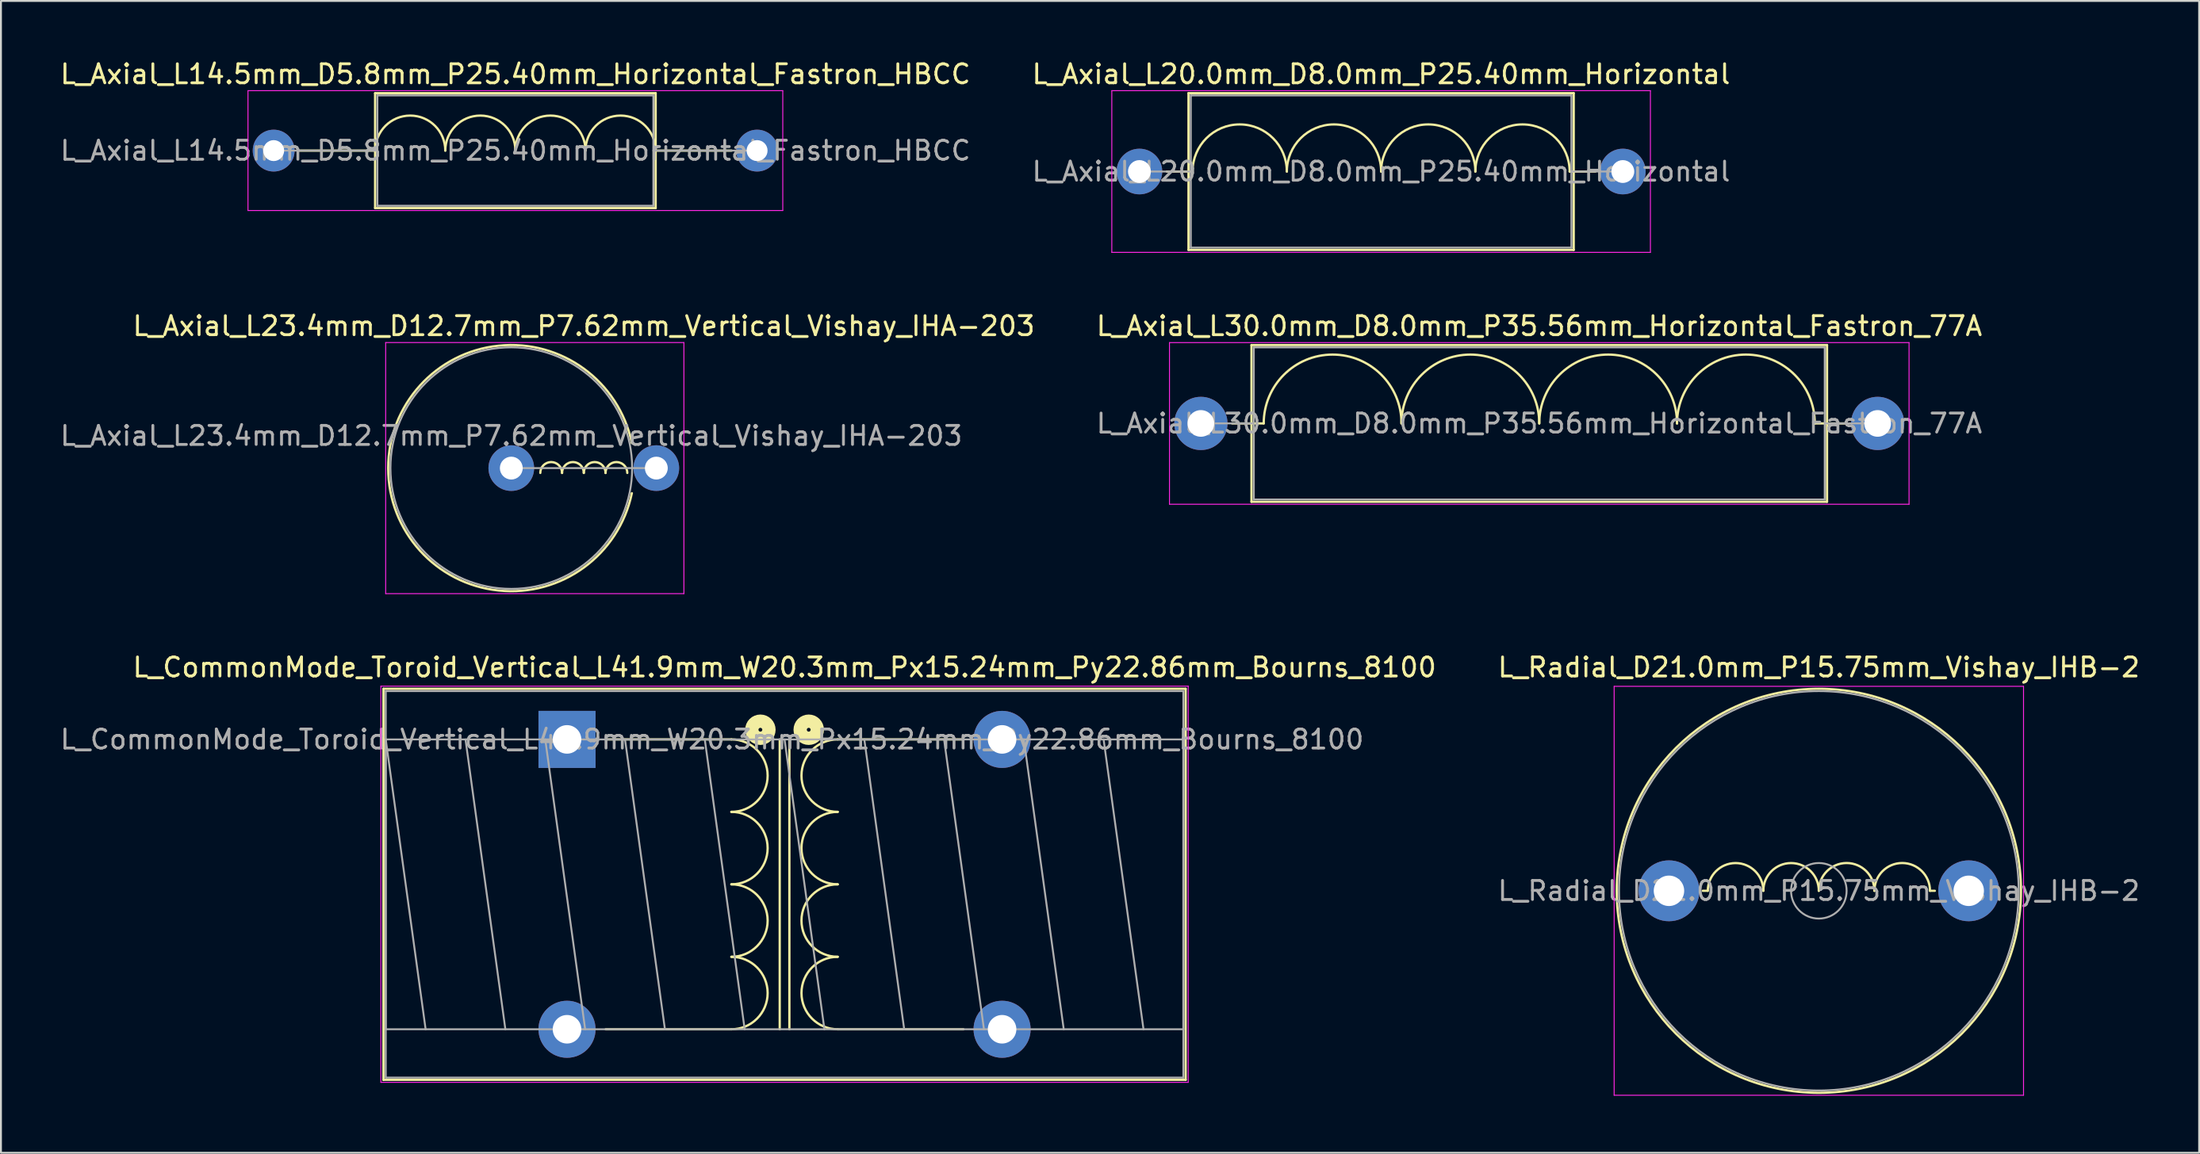
<source format=kicad_pcb>
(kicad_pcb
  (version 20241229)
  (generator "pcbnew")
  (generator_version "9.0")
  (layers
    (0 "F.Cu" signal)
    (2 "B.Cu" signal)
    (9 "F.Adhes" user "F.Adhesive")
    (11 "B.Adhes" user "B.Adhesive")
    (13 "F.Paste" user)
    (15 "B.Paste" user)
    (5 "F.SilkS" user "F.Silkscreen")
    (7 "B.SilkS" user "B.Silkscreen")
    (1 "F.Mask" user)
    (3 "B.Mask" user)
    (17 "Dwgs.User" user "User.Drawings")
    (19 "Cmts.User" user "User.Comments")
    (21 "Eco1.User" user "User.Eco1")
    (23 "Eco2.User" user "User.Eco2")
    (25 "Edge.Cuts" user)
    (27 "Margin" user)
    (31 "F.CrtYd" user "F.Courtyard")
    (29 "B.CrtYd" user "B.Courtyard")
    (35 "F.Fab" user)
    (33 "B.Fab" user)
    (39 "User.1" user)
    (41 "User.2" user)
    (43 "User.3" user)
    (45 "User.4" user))
  (footprint "L_Axial_L30.0mm_D8.0mm_P35.56mm_Horizontal_Fastron_77A"
    (layer "F.Cu")
    (at 60.048 19.212)
    (property "Reference" "L_Axial_L30.0mm_D8.0mm_P35.56mm_Horizontal_Fastron_77A" (at 17.78 -5.12 0) (layer "F.SilkS") (effects (font (size 1 1) (thickness 0.15))))
    (attr through_hole)
    (fp_line (start 1.64 0) (end 2.66 0) (stroke (width 0.12) (type solid)) (layer "F.SilkS"))
    (fp_line (start 2.66 -4.12) (end 2.66 4.12) (stroke (width 0.12) (type solid)) (layer "F.SilkS"))
    (fp_line (start 2.66 4.12) (end 32.9 4.12) (stroke (width 0.12) (type solid)) (layer "F.SilkS"))
    (fp_line (start 3.302 0) (end 2.685 0) (stroke (width 0.12) (type solid)) (layer "F.SilkS"))
    (fp_line (start 32.258 0) (end 32.893 0) (stroke (width 0.12) (type solid)) (layer "F.SilkS"))
    (fp_line (start 32.9 -4.12) (end 2.66 -4.12) (stroke (width 0.12) (type solid)) (layer "F.SilkS"))
    (fp_line (start 32.9 4.12) (end 32.9 -4.12) (stroke (width 0.12) (type solid)) (layer "F.SilkS"))
    (fp_line (start 33.92 0) (end 32.9 0) (stroke (width 0.12) (type solid)) (layer "F.SilkS"))
    (fp_arc (start 3.302 0) (mid 6.9215 -3.6195) (end 10.541 0) (stroke (width 0.12) (type solid)) (layer "F.SilkS"))
    (fp_arc (start 10.541 0) (mid 14.1605 -3.6195) (end 17.78 0) (stroke (width 0.12) (type solid)) (layer "F.SilkS"))
    (fp_arc (start 17.78 0) (mid 21.3995 -3.6195) (end 25.019 0) (stroke (width 0.12) (type solid)) (layer "F.SilkS"))
    (fp_arc (start 25.019 0) (mid 28.6385 -3.6195) (end 32.258 0) (stroke (width 0.12) (type solid)) (layer "F.SilkS"))
    (fp_line (start -1.65 -4.25) (end -1.65 4.25) (stroke (width 0.05) (type solid)) (layer "F.CrtYd"))
    (fp_line (start -1.65 4.25) (end 37.21 4.25) (stroke (width 0.05) (type solid)) (layer "F.CrtYd"))
    (fp_line (start 37.21 -4.25) (end -1.65 -4.25) (stroke (width 0.05) (type solid)) (layer "F.CrtYd"))
    (fp_line (start 37.21 4.25) (end 37.21 -4.25) (stroke (width 0.05) (type solid)) (layer "F.CrtYd"))
    (fp_line (start 0 0) (end 2.78 0) (stroke (width 0.1) (type solid)) (layer "F.Fab"))
    (fp_line (start 2.78 -4) (end 2.78 4) (stroke (width 0.1) (type solid)) (layer "F.Fab"))
    (fp_line (start 2.78 4) (end 32.78 4) (stroke (width 0.1) (type solid)) (layer "F.Fab"))
    (fp_line (start 32.78 -4) (end 2.78 -4) (stroke (width 0.1) (type solid)) (layer "F.Fab"))
    (fp_line (start 32.78 4) (end 32.78 -4) (stroke (width 0.1) (type solid)) (layer "F.Fab"))
    (fp_line (start 35.56 0) (end 32.78 0) (stroke (width 0.1) (type solid)) (layer "F.Fab"))
    (fp_text user "${REFERENCE}" (at 17.78 0 0) (layer "F.Fab") (effects (font (size 1 1) (thickness 0.15))))
    (pad "1" thru_hole circle (at 0 0) (size 2.8 2.8) (drill 1.4) (layers "*.Cu" "*.Mask"))
    (pad "2" thru_hole oval (at 35.56 0) (size 2.8 2.8) (drill 1.4) (layers "*.Cu" "*.Mask")))
  (footprint "L_Radial_D21.0mm_P15.75mm_Vishay_IHB-2"
    (layer "F.Cu")
    (at 84.643 43.785)
    (property "Reference" "L_Radial_D21.0mm_P15.75mm_Vishay_IHB-2" (at 7.875 -11.75 0) (layer "F.SilkS") (effects (font (size 1 1) (thickness 0.15))))
    (attr through_hole)
    (fp_line (start 2.032 0) (end 1.778 0) (stroke (width 0.12) (type solid)) (layer "F.SilkS"))
    (fp_line (start 13.716 0) (end 13.97 0) (stroke (width 0.12) (type solid)) (layer "F.SilkS"))
    (fp_arc (start 2.042 0) (mid 3.5 -1.458) (end 4.958 0) (stroke (width 0.12) (type solid)) (layer "F.SilkS"))
    (fp_arc (start 4.958 0) (mid 6.416 -1.458) (end 7.874 0) (stroke (width 0.12) (type solid)) (layer "F.SilkS"))
    (fp_arc (start 7.874 0) (mid 9.3345 -1.4605) (end 10.795 0) (stroke (width 0.12) (type solid)) (layer "F.SilkS"))
    (fp_arc (start 10.795 0) (mid 12.2555 -1.4605) (end 13.716 0) (stroke (width 0.12) (type solid)) (layer "F.SilkS"))
    (fp_circle (center 7.875 0) (end 18.495 0) (stroke (width 0.12) (type solid)) (fill no) (layer "F.SilkS"))
    (fp_line (start -2.88 -10.75) (end -2.88 10.75) (stroke (width 0.05) (type solid)) (layer "F.CrtYd"))
    (fp_line (start -2.88 10.75) (end 18.63 10.75) (stroke (width 0.05) (type solid)) (layer "F.CrtYd"))
    (fp_line (start 18.63 -10.75) (end -2.88 -10.75) (stroke (width 0.05) (type solid)) (layer "F.CrtYd"))
    (fp_line (start 18.63 10.75) (end 18.63 -10.75) (stroke (width 0.05) (type solid)) (layer "F.CrtYd"))
    (fp_circle (center 7.875 0) (end 9.335 0) (stroke (width 0.1) (type solid)) (fill no) (layer "F.Fab"))
    (fp_circle (center 7.875 0) (end 18.375 0) (stroke (width 0.1) (type solid)) (fill no) (layer "F.Fab"))
    (fp_text user "${REFERENCE}" (at 7.875 0 0) (layer "F.Fab") (effects (font (size 1 1) (thickness 0.15))))
    (pad "1" thru_hole circle (at 0 0) (size 3.2 3.2) (drill 1.6) (layers "*.Cu" "*.Mask"))
    (pad "2" thru_hole circle (at 15.75 0) (size 3.2 3.2) (drill 1.6) (layers "*.Cu" "*.Mask")))
  (footprint "L_Axial_L23.4mm_D12.7mm_P7.62mm_Vertical_Vishay_IHA-203"
    (layer "F.Cu")
    (at 23.815 21.561)
    (property "Reference" "L_Axial_L23.4mm_D12.7mm_P7.62mm_Vertical_Vishay_IHA-203" (at 3.81 -7.47 0) (layer "F.SilkS") (effects (font (size 1 1) (thickness 0.15))))
    (attr through_hole)
    (fp_arc (start 1.524 0.254) (mid 2.0955 -0.3175) (end 2.667 0.254) (stroke (width 0.12) (type solid)) (layer "F.SilkS"))
    (fp_arc (start 2.667 0.254) (mid 3.2385 -0.3175) (end 3.81 0.254) (stroke (width 0.12) (type solid)) (layer "F.SilkS"))
    (fp_arc (start 3.81 0.254) (mid 4.3815 -0.3175) (end 4.953 0.254) (stroke (width 0.12) (type solid)) (layer "F.SilkS"))
    (fp_arc (start 4.953 0.254) (mid 5.5245 -0.3175) (end 6.096 0.254) (stroke (width 0.12) (type solid)) (layer "F.SilkS"))
    (fp_arc (start 6.333917 1.32) (mid -6.47 0) (end 6.333917 -1.32) (stroke (width 0.12) (type solid)) (layer "F.SilkS"))
    (fp_line (start -6.6 -6.6) (end -6.6 6.6) (stroke (width 0.05) (type solid)) (layer "F.CrtYd"))
    (fp_line (start -6.6 6.6) (end 9.07 6.6) (stroke (width 0.05) (type solid)) (layer "F.CrtYd"))
    (fp_line (start 9.07 -6.6) (end -6.6 -6.6) (stroke (width 0.05) (type solid)) (layer "F.CrtYd"))
    (fp_line (start 9.07 6.6) (end 9.07 -6.6) (stroke (width 0.05) (type solid)) (layer "F.CrtYd"))
    (fp_line (start 0 0) (end 7.62 0) (stroke (width 0.1) (type solid)) (layer "F.Fab"))
    (fp_circle (center 0 0) (end 6.35 0) (stroke (width 0.1) (type solid)) (fill no) (layer "F.Fab"))
    (fp_text user "${REFERENCE}" (at 0 -1.7 0) (layer "F.Fab") (effects (font (size 1 1) (thickness 0.15))))
    (pad "1" thru_hole circle (at 0 0) (size 2.4 2.4) (drill 1.2) (layers "*.Cu" "*.Mask"))
    (pad "2" thru_hole oval (at 7.62 0) (size 2.4 2.4) (drill 1.2) (layers "*.Cu" "*.Mask")))
  (footprint "L_Axial_L20.0mm_D8.0mm_P25.40mm_Horizontal"
    (layer "F.Cu")
    (at 56.818 5.968)
    (property "Reference" "L_Axial_L20.0mm_D8.0mm_P25.40mm_Horizontal" (at 12.7 -5.12 0) (layer "F.SilkS") (effects (font (size 1 1) (thickness 0.15))))
    (attr through_hole)
    (fp_line (start 1.44 0) (end 2.58 0) (stroke (width 0.12) (type solid)) (layer "F.SilkS"))
    (fp_line (start 2.58 -4.12) (end 2.58 4.12) (stroke (width 0.12) (type solid)) (layer "F.SilkS"))
    (fp_line (start 2.58 4.12) (end 22.82 4.12) (stroke (width 0.12) (type solid)) (layer "F.SilkS"))
    (fp_line (start 2.794 0) (end 2.54 0) (stroke (width 0.12) (type solid)) (layer "F.SilkS"))
    (fp_line (start 22.606 0) (end 22.82 0) (stroke (width 0.12) (type solid)) (layer "F.SilkS"))
    (fp_line (start 22.82 -4.12) (end 2.58 -4.12) (stroke (width 0.12) (type solid)) (layer "F.SilkS"))
    (fp_line (start 22.82 4.12) (end 22.82 -4.12) (stroke (width 0.12) (type solid)) (layer "F.SilkS"))
    (fp_line (start 23.96 0) (end 22.82 0) (stroke (width 0.12) (type solid)) (layer "F.SilkS"))
    (fp_arc (start 2.794 0) (mid 5.2705 -2.4765) (end 7.747 0) (stroke (width 0.12) (type solid)) (layer "F.SilkS"))
    (fp_arc (start 7.747 0) (mid 10.2235 -2.4765) (end 12.7 0) (stroke (width 0.12) (type solid)) (layer "F.SilkS"))
    (fp_arc (start 12.7 0) (mid 15.1765 -2.4765) (end 17.653 0) (stroke (width 0.12) (type solid)) (layer "F.SilkS"))
    (fp_arc (start 17.653 0) (mid 20.1295 -2.4765) (end 22.606 0) (stroke (width 0.12) (type solid)) (layer "F.SilkS"))
    (fp_line (start -1.45 -4.25) (end -1.45 4.25) (stroke (width 0.05) (type solid)) (layer "F.CrtYd"))
    (fp_line (start -1.45 4.25) (end 26.85 4.25) (stroke (width 0.05) (type solid)) (layer "F.CrtYd"))
    (fp_line (start 26.85 -4.25) (end -1.45 -4.25) (stroke (width 0.05) (type solid)) (layer "F.CrtYd"))
    (fp_line (start 26.85 4.25) (end 26.85 -4.25) (stroke (width 0.05) (type solid)) (layer "F.CrtYd"))
    (fp_line (start 0 0) (end 2.7 0) (stroke (width 0.1) (type solid)) (layer "F.Fab"))
    (fp_line (start 2.7 -4) (end 2.7 4) (stroke (width 0.1) (type solid)) (layer "F.Fab"))
    (fp_line (start 2.7 4) (end 22.7 4) (stroke (width 0.1) (type solid)) (layer "F.Fab"))
    (fp_line (start 22.7 -4) (end 2.7 -4) (stroke (width 0.1) (type solid)) (layer "F.Fab"))
    (fp_line (start 22.7 4) (end 22.7 -4) (stroke (width 0.1) (type solid)) (layer "F.Fab"))
    (fp_line (start 25.4 0) (end 22.7 0) (stroke (width 0.1) (type solid)) (layer "F.Fab"))
    (fp_text user "${REFERENCE}" (at 12.7 0 0) (layer "F.Fab") (effects (font (size 1 1) (thickness 0.15))))
    (pad "1" thru_hole circle (at 0 0) (size 2.4 2.4) (drill 1.2) (layers "*.Cu" "*.Mask"))
    (pad "2" thru_hole oval (at 25.4 0) (size 2.4 2.4) (drill 1.2) (layers "*.Cu" "*.Mask")))
  (footprint "L_Axial_L14.5mm_D5.8mm_P25.40mm_Horizontal_Fastron_HBCC"
    (layer "F.Cu")
    (at 11.33 4.868)
    (property "Reference" "L_Axial_L14.5mm_D5.8mm_P25.40mm_Horizontal_Fastron_HBCC" (at 12.7 -4.02 0) (layer "F.SilkS") (effects (font (size 1 1) (thickness 0.15))))
    (attr through_hole)
    (fp_line (start 1.34 0) (end 5.33 0) (stroke (width 0.12) (type solid)) (layer "F.SilkS"))
    (fp_line (start 5.33 -3.02) (end 5.33 3.02) (stroke (width 0.12) (type solid)) (layer "F.SilkS"))
    (fp_line (start 5.33 3.02) (end 20.07 3.02) (stroke (width 0.12) (type solid)) (layer "F.SilkS"))
    (fp_line (start 20.07 -3.02) (end 5.33 -3.02) (stroke (width 0.12) (type solid)) (layer "F.SilkS"))
    (fp_line (start 20.07 3.02) (end 20.07 -3.02) (stroke (width 0.12) (type solid)) (layer "F.SilkS"))
    (fp_line (start 24.06 0) (end 20.07 0) (stroke (width 0.12) (type solid)) (layer "F.SilkS"))
    (fp_arc (start 5.334 0) (mid 7.1755 -1.8415) (end 9.017 0) (stroke (width 0.12) (type solid)) (layer "F.SilkS"))
    (fp_arc (start 9.017 0) (mid 10.8585 -1.8415) (end 12.7 0) (stroke (width 0.12) (type solid)) (layer "F.SilkS"))
    (fp_arc (start 12.7 0) (mid 14.5415 -1.8415) (end 16.383 0) (stroke (width 0.12) (type solid)) (layer "F.SilkS"))
    (fp_arc (start 16.383 0) (mid 18.2245 -1.8415) (end 20.066 0) (stroke (width 0.12) (type solid)) (layer "F.SilkS"))
    (fp_line (start -1.35 -3.15) (end -1.35 3.15) (stroke (width 0.05) (type solid)) (layer "F.CrtYd"))
    (fp_line (start -1.35 3.15) (end 26.75 3.15) (stroke (width 0.05) (type solid)) (layer "F.CrtYd"))
    (fp_line (start 26.75 -3.15) (end -1.35 -3.15) (stroke (width 0.05) (type solid)) (layer "F.CrtYd"))
    (fp_line (start 26.75 3.15) (end 26.75 -3.15) (stroke (width 0.05) (type solid)) (layer "F.CrtYd"))
    (fp_line (start 0 0) (end 5.45 0) (stroke (width 0.1) (type solid)) (layer "F.Fab"))
    (fp_line (start 5.45 -2.9) (end 5.45 2.9) (stroke (width 0.1) (type solid)) (layer "F.Fab"))
    (fp_line (start 5.45 2.9) (end 19.95 2.9) (stroke (width 0.1) (type solid)) (layer "F.Fab"))
    (fp_line (start 19.95 -2.9) (end 5.45 -2.9) (stroke (width 0.1) (type solid)) (layer "F.Fab"))
    (fp_line (start 19.95 2.9) (end 19.95 -2.9) (stroke (width 0.1) (type solid)) (layer "F.Fab"))
    (fp_line (start 25.4 0) (end 19.95 0) (stroke (width 0.1) (type solid)) (layer "F.Fab"))
    (fp_text user "${REFERENCE}" (at 12.7 0 0) (layer "F.Fab") (effects (font (size 1 1) (thickness 0.15))))
    (pad "1" thru_hole circle (at 0 0) (size 2.2 2.2) (drill 1.1) (layers "*.Cu" "*.Mask"))
    (pad "2" thru_hole oval (at 25.4 0) (size 2.2 2.2) (drill 1.1) (layers "*.Cu" "*.Mask")))
  (footprint "L_CommonMode_Toroid_Vertical_L41.9mm_W20.3mm_Px15.24mm_Py22.86mm_Bourns_8100"
    (layer "F.Cu")
    (at 26.743 35.825)
    (property "Reference" "L_CommonMode_Toroid_Vertical_L41.9mm_W20.3mm_Px15.24mm_Py22.86mm_Bourns_8100" (at 11.43 -3.79 0) (layer "F.SilkS") (effects (font (size 1 1) (thickness 0.15))))
    (attr through_hole)
    (fp_line (start -9.645 -2.66) (end -9.645 17.9) (stroke (width 0.12) (type solid)) (layer "F.SilkS"))
    (fp_line (start -9.645 -2.66) (end 32.505 -2.66) (stroke (width 0.12) (type solid)) (layer "F.SilkS"))
    (fp_line (start -9.645 17.9) (end 32.505 17.9) (stroke (width 0.12) (type solid)) (layer "F.SilkS"))
    (fp_line (start 2.032 0) (end 8.636 0) (stroke (width 0.12) (type solid)) (layer "F.SilkS"))
    (fp_line (start 2.032 15.24) (end 8.636 15.24) (stroke (width 0.12) (type solid)) (layer "F.SilkS"))
    (fp_line (start 11.176 0) (end 11.176 15.24) (stroke (width 0.12) (type solid)) (layer "F.SilkS"))
    (fp_line (start 11.684 15.24) (end 11.684 0) (stroke (width 0.12) (type solid)) (layer "F.SilkS"))
    (fp_line (start 20.828 0) (end 14.224 0) (stroke (width 0.12) (type solid)) (layer "F.SilkS"))
    (fp_line (start 20.828 15.24) (end 14.224 15.24) (stroke (width 0.12) (type solid)) (layer "F.SilkS"))
    (fp_line (start 32.505 -2.66) (end 32.505 17.9) (stroke (width 0.12) (type solid)) (layer "F.SilkS"))
    (fp_arc (start 8.636 0) (mid 10.541 1.905) (end 8.636 3.81) (stroke (width 0.12) (type solid)) (layer "F.SilkS"))
    (fp_arc (start 8.636 3.81) (mid 10.541 5.715) (end 8.636 7.62) (stroke (width 0.12) (type solid)) (layer "F.SilkS"))
    (fp_arc (start 8.636 7.62) (mid 10.541 9.525) (end 8.636 11.43) (stroke (width 0.12) (type solid)) (layer "F.SilkS"))
    (fp_arc (start 8.636 11.43) (mid 10.541 13.335) (end 8.636 15.24) (stroke (width 0.12) (type solid)) (layer "F.SilkS"))
    (fp_arc (start 14.224 3.81) (mid 12.319 1.905) (end 14.224 0) (stroke (width 0.12) (type solid)) (layer "F.SilkS"))
    (fp_arc (start 14.224 7.62) (mid 12.319 5.715) (end 14.224 3.81) (stroke (width 0.12) (type solid)) (layer "F.SilkS"))
    (fp_arc (start 14.224 11.43) (mid 12.319 9.525) (end 14.224 7.62) (stroke (width 0.12) (type solid)) (layer "F.SilkS"))
    (fp_arc (start 14.224 15.24) (mid 12.319 13.335) (end 14.224 11.43) (stroke (width 0.12) (type solid)) (layer "F.SilkS"))
    (fp_circle (center 10.16 -0.508) (end 10.26 -0.508) (stroke (width 0.7) (type solid)) (fill no) (layer "F.SilkS"))
    (fp_circle (center 12.7 -0.508) (end 12.8 -0.508) (stroke (width 0.7) (type solid)) (fill no) (layer "F.SilkS"))
    (fp_line (start -9.78 -2.8) (end -9.78 18.03) (stroke (width 0.05) (type solid)) (layer "F.CrtYd"))
    (fp_line (start -9.78 18.03) (end 32.64 18.03) (stroke (width 0.05) (type solid)) (layer "F.CrtYd"))
    (fp_line (start 32.64 -2.8) (end -9.78 -2.8) (stroke (width 0.05) (type solid)) (layer "F.CrtYd"))
    (fp_line (start 32.64 18.03) (end 32.64 -2.8) (stroke (width 0.05) (type solid)) (layer "F.CrtYd"))
    (fp_line (start -9.525 -2.54) (end -9.525 17.78) (stroke (width 0.1) (type solid)) (layer "F.Fab"))
    (fp_line (start -9.525 0) (end -9.525 15.24) (stroke (width 0.1) (type solid)) (layer "F.Fab"))
    (fp_line (start -9.525 0) (end -7.429 15.24) (stroke (width 0.1) (type solid)) (layer "F.Fab"))
    (fp_line (start -9.525 15.24) (end 32.385 15.24) (stroke (width 0.1) (type solid)) (layer "F.Fab"))
    (fp_line (start -9.525 17.78) (end 32.385 17.78) (stroke (width 0.1) (type solid)) (layer "F.Fab"))
    (fp_line (start -5.334 0) (end -3.239 15.24) (stroke (width 0.1) (type solid)) (layer "F.Fab"))
    (fp_line (start -1.143 0) (end 0.953 15.24) (stroke (width 0.1) (type solid)) (layer "F.Fab"))
    (fp_line (start 3.048 0) (end 5.144 15.24) (stroke (width 0.1) (type solid)) (layer "F.Fab"))
    (fp_line (start 7.239 0) (end 9.335 15.24) (stroke (width 0.1) (type solid)) (layer "F.Fab"))
    (fp_line (start 11.43 0) (end 13.525 15.24) (stroke (width 0.1) (type solid)) (layer "F.Fab"))
    (fp_line (start 15.621 0) (end 17.716 15.24) (stroke (width 0.1) (type solid)) (layer "F.Fab"))
    (fp_line (start 19.812 0) (end 21.907 15.24) (stroke (width 0.1) (type solid)) (layer "F.Fab"))
    (fp_line (start 24.003 0) (end 26.099 15.24) (stroke (width 0.1) (type solid)) (layer "F.Fab"))
    (fp_line (start 28.194 0) (end 30.29 15.24) (stroke (width 0.1) (type solid)) (layer "F.Fab"))
    (fp_line (start 32.385 -2.54) (end -9.525 -2.54) (stroke (width 0.1) (type solid)) (layer "F.Fab"))
    (fp_line (start 32.385 0) (end -9.525 0) (stroke (width 0.1) (type solid)) (layer "F.Fab"))
    (fp_line (start 32.385 15.24) (end 32.385 0) (stroke (width 0.1) (type solid)) (layer "F.Fab"))
    (fp_line (start 32.385 17.78) (end 32.385 -2.54) (stroke (width 0.1) (type solid)) (layer "F.Fab"))
    (fp_text user "${REFERENCE}" (at 7.62 0 0) (layer "F.Fab") (effects (font (size 1 1) (thickness 0.15))))
    (pad "1" thru_hole rect (at 0 0) (size 3 3) (drill 1.5) (layers "*.Cu" "*.Mask"))
    (pad "2" thru_hole circle (at 0 15.24) (size 3 3) (drill 1.5) (layers "*.Cu" "*.Mask"))
    (pad "3" thru_hole circle (at 22.86 15.24) (size 3 3) (drill 1.5) (layers "*.Cu" "*.Mask"))
    (pad "4" thru_hole circle (at 22.86 0) (size 3 3) (drill 1.5) (layers "*.Cu" "*.Mask")))
  (gr_rect
    (start -3 -3)
    (end 112.5 57.56)
    (stroke (width 0.1) (type default))
    (fill no)
    (layer "Edge.Cuts")))
</source>
